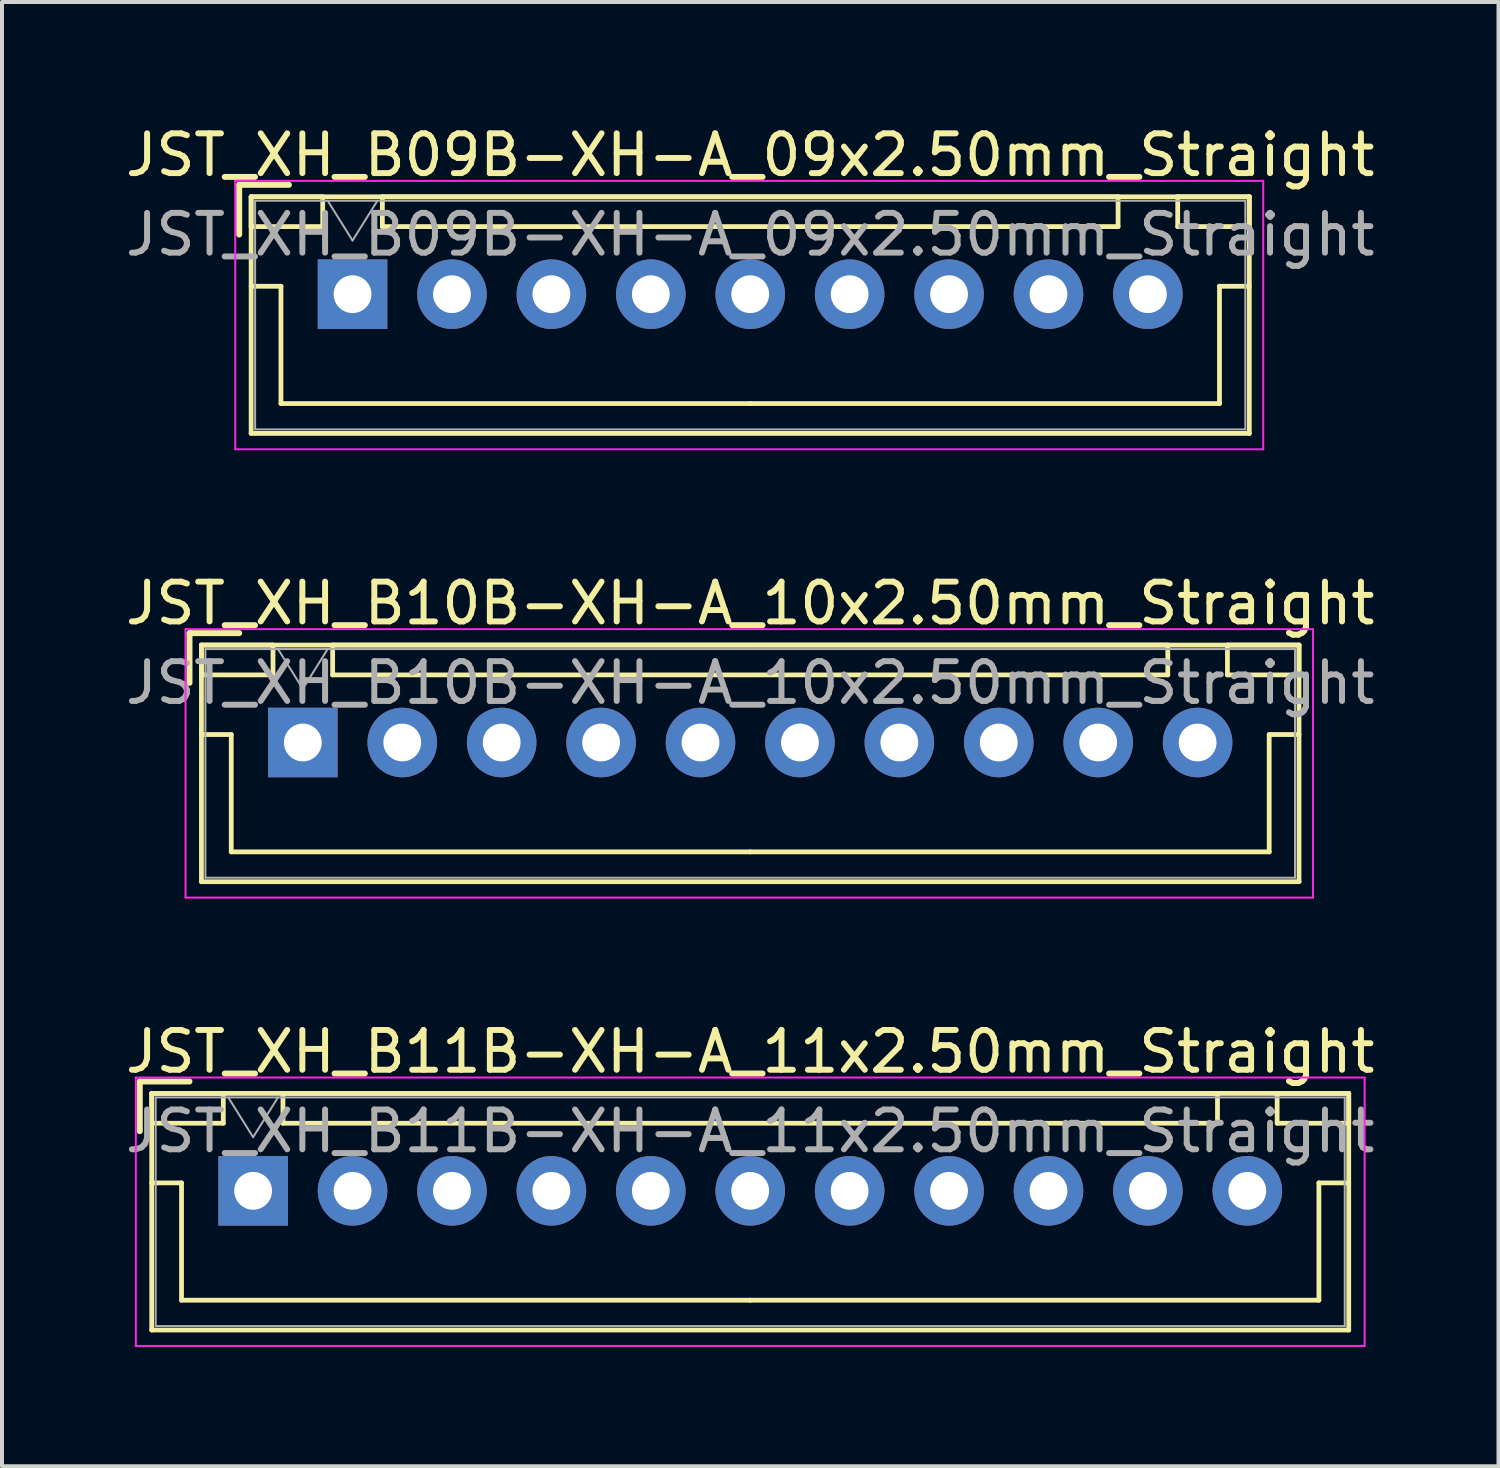
<source format=kicad_pcb>
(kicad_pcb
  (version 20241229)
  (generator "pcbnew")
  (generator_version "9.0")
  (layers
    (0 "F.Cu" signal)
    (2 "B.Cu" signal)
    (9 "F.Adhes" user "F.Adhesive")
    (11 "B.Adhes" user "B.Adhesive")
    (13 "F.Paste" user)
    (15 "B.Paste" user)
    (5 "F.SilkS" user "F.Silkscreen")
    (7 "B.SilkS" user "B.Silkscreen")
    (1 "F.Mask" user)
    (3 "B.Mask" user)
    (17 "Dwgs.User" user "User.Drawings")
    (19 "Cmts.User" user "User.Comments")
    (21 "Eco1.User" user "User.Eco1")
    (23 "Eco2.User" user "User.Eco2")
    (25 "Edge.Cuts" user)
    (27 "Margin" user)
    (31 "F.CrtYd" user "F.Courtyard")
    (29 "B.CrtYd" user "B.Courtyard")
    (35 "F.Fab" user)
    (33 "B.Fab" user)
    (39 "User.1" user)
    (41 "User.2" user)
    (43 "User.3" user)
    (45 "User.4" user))
  (footprint "JST_XH_B09B-XH-A_09x2.50mm_Straight"
    (layer "F.Cu")
    (at 5.815 4.348)
    (property "Reference" "JST_XH_B09B-XH-A_09x2.50mm_Straight" (at 10 -1.5 0) (layer "F.Fab") (effects (font (size 1 1) (thickness 0.15))))
    (attr through_hole)
    (fp_line (start -2.85 -2.75) (end -2.85 -1.5) (stroke (width 0.15) (type solid)) (layer "F.SilkS"))
    (fp_line (start -2.55 -2.45) (end -2.55 -1.7) (stroke (width 0.12) (type solid)) (layer "F.SilkS"))
    (fp_line (start -2.55 -2.45) (end -2.55 3.5) (stroke (width 0.12) (type solid)) (layer "F.SilkS"))
    (fp_line (start -2.55 -1.7) (end -0.75 -1.7) (stroke (width 0.12) (type solid)) (layer "F.SilkS"))
    (fp_line (start -2.55 -0.2) (end -1.8 -0.2) (stroke (width 0.12) (type solid)) (layer "F.SilkS"))
    (fp_line (start -2.55 3.5) (end 22.55 3.5) (stroke (width 0.12) (type solid)) (layer "F.SilkS"))
    (fp_line (start -1.8 -0.2) (end -1.8 2.75) (stroke (width 0.12) (type solid)) (layer "F.SilkS"))
    (fp_line (start -1.8 2.75) (end 10 2.75) (stroke (width 0.12) (type solid)) (layer "F.SilkS"))
    (fp_line (start -1.6 -2.75) (end -2.85 -2.75) (stroke (width 0.15) (type solid)) (layer "F.SilkS"))
    (fp_line (start -0.75 -2.45) (end -2.55 -2.45) (stroke (width 0.12) (type solid)) (layer "F.SilkS"))
    (fp_line (start -0.75 -1.7) (end -0.75 -2.45) (stroke (width 0.12) (type solid)) (layer "F.SilkS"))
    (fp_line (start 0.75 -2.45) (end 0.75 -1.7) (stroke (width 0.12) (type solid)) (layer "F.SilkS"))
    (fp_line (start 0.75 -1.7) (end 19.25 -1.7) (stroke (width 0.12) (type solid)) (layer "F.SilkS"))
    (fp_line (start 19.25 -2.45) (end 0.75 -2.45) (stroke (width 0.12) (type solid)) (layer "F.SilkS"))
    (fp_line (start 19.25 -1.7) (end 19.25 -2.45) (stroke (width 0.12) (type solid)) (layer "F.SilkS"))
    (fp_line (start 20.75 -2.45) (end 20.75 -1.7) (stroke (width 0.12) (type solid)) (layer "F.SilkS"))
    (fp_line (start 20.75 -1.7) (end 22.55 -1.7) (stroke (width 0.12) (type solid)) (layer "F.SilkS"))
    (fp_line (start 21.8 -0.2) (end 21.8 2.75) (stroke (width 0.12) (type solid)) (layer "F.SilkS"))
    (fp_line (start 21.8 2.75) (end 10 2.75) (stroke (width 0.12) (type solid)) (layer "F.SilkS"))
    (fp_line (start 22.55 -2.45) (end -2.55 -2.45) (stroke (width 0.12) (type solid)) (layer "F.SilkS"))
    (fp_line (start 22.55 -2.45) (end 20.75 -2.45) (stroke (width 0.12) (type solid)) (layer "F.SilkS"))
    (fp_line (start 22.55 -1.7) (end 22.55 -2.45) (stroke (width 0.12) (type solid)) (layer "F.SilkS"))
    (fp_line (start 22.55 -0.2) (end 21.8 -0.2) (stroke (width 0.12) (type solid)) (layer "F.SilkS"))
    (fp_line (start 22.55 3.5) (end 22.55 -2.45) (stroke (width 0.12) (type solid)) (layer "F.SilkS"))
    (fp_line (start -2.95 -2.85) (end -2.95 3.9) (stroke (width 0.05) (type solid)) (layer "F.CrtYd"))
    (fp_line (start -2.95 3.9) (end 22.9 3.9) (stroke (width 0.05) (type solid)) (layer "F.CrtYd"))
    (fp_line (start 22.9 -2.85) (end -2.95 -2.85) (stroke (width 0.05) (type solid)) (layer "F.CrtYd"))
    (fp_line (start 22.9 3.9) (end 22.9 -2.85) (stroke (width 0.05) (type solid)) (layer "F.CrtYd"))
    (fp_line (start -2.45 -2.35) (end -2.45 3.4) (stroke (width 0.05) (type solid)) (layer "F.Fab"))
    (fp_line (start -2.45 3.4) (end 22.45 3.4) (stroke (width 0.05) (type solid)) (layer "F.Fab"))
    (fp_line (start -0.625 -2.35) (end 0 -1.35) (stroke (width 0.05) (type solid)) (layer "F.Fab"))
    (fp_line (start 0 -1.35) (end 0.625 -2.35) (stroke (width 0.05) (type solid)) (layer "F.Fab"))
    (fp_line (start 22.45 -2.35) (end -2.45 -2.35) (stroke (width 0.05) (type solid)) (layer "F.Fab"))
    (fp_line (start 22.45 3.4) (end 22.45 -2.35) (stroke (width 0.05) (type solid)) (layer "F.Fab"))
    (fp_text user "${REFERENCE}" (at 10 -3.5 0) (layer "F.SilkS") (effects (font (size 1 1) (thickness 0.15))))
    (pad "1" thru_hole rect (at 0 0) (size 1.75 1.75) (drill 0.95) (layers "*.Cu" "*.Mask"))
    (pad "2" thru_hole circle (at 2.5 0) (size 1.75 1.75) (drill 0.95) (layers "*.Cu" "*.Mask"))
    (pad "3" thru_hole circle (at 5 0) (size 1.75 1.75) (drill 0.95) (layers "*.Cu" "*.Mask"))
    (pad "4" thru_hole circle (at 7.5 0) (size 1.75 1.75) (drill 0.95) (layers "*.Cu" "*.Mask"))
    (pad "5" thru_hole circle (at 10 0) (size 1.75 1.75) (drill 0.95) (layers "*.Cu" "*.Mask"))
    (pad "6" thru_hole circle (at 12.5 0) (size 1.75 1.75) (drill 0.95) (layers "*.Cu" "*.Mask"))
    (pad "7" thru_hole circle (at 15 0) (size 1.75 1.75) (drill 0.95) (layers "*.Cu" "*.Mask"))
    (pad "8" thru_hole circle (at 17.5 0) (size 1.75 1.75) (drill 0.95) (layers "*.Cu" "*.Mask"))
    (pad "9" thru_hole circle (at 20 0) (size 1.75 1.75) (drill 0.95) (layers "*.Cu" "*.Mask")))
  (footprint "JST_XH_B10B-XH-A_10x2.50mm_Straight"
    (layer "F.Cu")
    (at 4.565 15.621)
    (property "Reference" "JST_XH_B10B-XH-A_10x2.50mm_Straight" (at 11.25 -1.5 0) (layer "F.Fab") (effects (font (size 1 1) (thickness 0.15))))
    (attr through_hole)
    (fp_line (start -2.85 -2.75) (end -2.85 -1.5) (stroke (width 0.15) (type solid)) (layer "F.SilkS"))
    (fp_line (start -2.55 -2.45) (end -2.55 -1.7) (stroke (width 0.12) (type solid)) (layer "F.SilkS"))
    (fp_line (start -2.55 -2.45) (end -2.55 3.5) (stroke (width 0.12) (type solid)) (layer "F.SilkS"))
    (fp_line (start -2.55 -1.7) (end -0.75 -1.7) (stroke (width 0.12) (type solid)) (layer "F.SilkS"))
    (fp_line (start -2.55 -0.2) (end -1.8 -0.2) (stroke (width 0.12) (type solid)) (layer "F.SilkS"))
    (fp_line (start -2.55 3.5) (end 25.05 3.5) (stroke (width 0.12) (type solid)) (layer "F.SilkS"))
    (fp_line (start -1.8 -0.2) (end -1.8 2.75) (stroke (width 0.12) (type solid)) (layer "F.SilkS"))
    (fp_line (start -1.8 2.75) (end 11.25 2.75) (stroke (width 0.12) (type solid)) (layer "F.SilkS"))
    (fp_line (start -1.6 -2.75) (end -2.85 -2.75) (stroke (width 0.15) (type solid)) (layer "F.SilkS"))
    (fp_line (start -0.75 -2.45) (end -2.55 -2.45) (stroke (width 0.12) (type solid)) (layer "F.SilkS"))
    (fp_line (start -0.75 -1.7) (end -0.75 -2.45) (stroke (width 0.12) (type solid)) (layer "F.SilkS"))
    (fp_line (start 0.75 -2.45) (end 0.75 -1.7) (stroke (width 0.12) (type solid)) (layer "F.SilkS"))
    (fp_line (start 0.75 -1.7) (end 21.75 -1.7) (stroke (width 0.12) (type solid)) (layer "F.SilkS"))
    (fp_line (start 21.75 -2.45) (end 0.75 -2.45) (stroke (width 0.12) (type solid)) (layer "F.SilkS"))
    (fp_line (start 21.75 -1.7) (end 21.75 -2.45) (stroke (width 0.12) (type solid)) (layer "F.SilkS"))
    (fp_line (start 23.25 -2.45) (end 23.25 -1.7) (stroke (width 0.12) (type solid)) (layer "F.SilkS"))
    (fp_line (start 23.25 -1.7) (end 25.05 -1.7) (stroke (width 0.12) (type solid)) (layer "F.SilkS"))
    (fp_line (start 24.3 -0.2) (end 24.3 2.75) (stroke (width 0.12) (type solid)) (layer "F.SilkS"))
    (fp_line (start 24.3 2.75) (end 11.25 2.75) (stroke (width 0.12) (type solid)) (layer "F.SilkS"))
    (fp_line (start 25.05 -2.45) (end -2.55 -2.45) (stroke (width 0.12) (type solid)) (layer "F.SilkS"))
    (fp_line (start 25.05 -2.45) (end 23.25 -2.45) (stroke (width 0.12) (type solid)) (layer "F.SilkS"))
    (fp_line (start 25.05 -1.7) (end 25.05 -2.45) (stroke (width 0.12) (type solid)) (layer "F.SilkS"))
    (fp_line (start 25.05 -0.2) (end 24.3 -0.2) (stroke (width 0.12) (type solid)) (layer "F.SilkS"))
    (fp_line (start 25.05 3.5) (end 25.05 -2.45) (stroke (width 0.12) (type solid)) (layer "F.SilkS"))
    (fp_line (start -2.95 -2.85) (end -2.95 3.9) (stroke (width 0.05) (type solid)) (layer "F.CrtYd"))
    (fp_line (start -2.95 3.9) (end 25.4 3.9) (stroke (width 0.05) (type solid)) (layer "F.CrtYd"))
    (fp_line (start 25.4 -2.85) (end -2.95 -2.85) (stroke (width 0.05) (type solid)) (layer "F.CrtYd"))
    (fp_line (start 25.4 3.9) (end 25.4 -2.85) (stroke (width 0.05) (type solid)) (layer "F.CrtYd"))
    (fp_line (start -2.45 -2.35) (end -2.45 3.4) (stroke (width 0.05) (type solid)) (layer "F.Fab"))
    (fp_line (start -2.45 3.4) (end 24.95 3.4) (stroke (width 0.05) (type solid)) (layer "F.Fab"))
    (fp_line (start -0.625 -2.35) (end 0 -1.35) (stroke (width 0.05) (type solid)) (layer "F.Fab"))
    (fp_line (start 0 -1.35) (end 0.625 -2.35) (stroke (width 0.05) (type solid)) (layer "F.Fab"))
    (fp_line (start 24.95 -2.35) (end -2.45 -2.35) (stroke (width 0.05) (type solid)) (layer "F.Fab"))
    (fp_line (start 24.95 3.4) (end 24.95 -2.35) (stroke (width 0.05) (type solid)) (layer "F.Fab"))
    (fp_text user "${REFERENCE}" (at 11.25 -3.5 0) (layer "F.SilkS") (effects (font (size 1 1) (thickness 0.15))))
    (pad "1" thru_hole rect (at 0 0) (size 1.75 1.75) (drill 0.95) (layers "*.Cu" "*.Mask"))
    (pad "2" thru_hole circle (at 2.5 0) (size 1.75 1.75) (drill 0.95) (layers "*.Cu" "*.Mask"))
    (pad "3" thru_hole circle (at 5 0) (size 1.75 1.75) (drill 0.95) (layers "*.Cu" "*.Mask"))
    (pad "4" thru_hole circle (at 7.5 0) (size 1.75 1.75) (drill 0.95) (layers "*.Cu" "*.Mask"))
    (pad "5" thru_hole circle (at 10 0) (size 1.75 1.75) (drill 0.95) (layers "*.Cu" "*.Mask"))
    (pad "6" thru_hole circle (at 12.5 0) (size 1.75 1.75) (drill 0.95) (layers "*.Cu" "*.Mask"))
    (pad "7" thru_hole circle (at 15 0) (size 1.75 1.75) (drill 0.95) (layers "*.Cu" "*.Mask"))
    (pad "8" thru_hole circle (at 17.5 0) (size 1.75 1.75) (drill 0.95) (layers "*.Cu" "*.Mask"))
    (pad "9" thru_hole circle (at 20 0) (size 1.75 1.75) (drill 0.95) (layers "*.Cu" "*.Mask"))
    (pad "10" thru_hole circle (at 22.5 0) (size 1.75 1.75) (drill 0.95) (layers "*.Cu" "*.Mask")))
  (footprint "JST_XH_B11B-XH-A_11x2.50mm_Straight"
    (layer "F.Cu")
    (at 3.315 26.895)
    (property "Reference" "JST_XH_B11B-XH-A_11x2.50mm_Straight" (at 12.5 -1.5 0) (layer "F.Fab") (effects (font (size 1 1) (thickness 0.15))))
    (attr through_hole)
    (fp_line (start -2.85 -2.75) (end -2.85 -1.5) (stroke (width 0.15) (type solid)) (layer "F.SilkS"))
    (fp_line (start -2.55 -2.45) (end -2.55 -1.7) (stroke (width 0.12) (type solid)) (layer "F.SilkS"))
    (fp_line (start -2.55 -2.45) (end -2.55 3.5) (stroke (width 0.12) (type solid)) (layer "F.SilkS"))
    (fp_line (start -2.55 -1.7) (end -0.75 -1.7) (stroke (width 0.12) (type solid)) (layer "F.SilkS"))
    (fp_line (start -2.55 -0.2) (end -1.8 -0.2) (stroke (width 0.12) (type solid)) (layer "F.SilkS"))
    (fp_line (start -2.55 3.5) (end 27.55 3.5) (stroke (width 0.12) (type solid)) (layer "F.SilkS"))
    (fp_line (start -1.8 -0.2) (end -1.8 2.75) (stroke (width 0.12) (type solid)) (layer "F.SilkS"))
    (fp_line (start -1.8 2.75) (end 12.5 2.75) (stroke (width 0.12) (type solid)) (layer "F.SilkS"))
    (fp_line (start -1.6 -2.75) (end -2.85 -2.75) (stroke (width 0.15) (type solid)) (layer "F.SilkS"))
    (fp_line (start -0.75 -2.45) (end -2.55 -2.45) (stroke (width 0.12) (type solid)) (layer "F.SilkS"))
    (fp_line (start -0.75 -1.7) (end -0.75 -2.45) (stroke (width 0.12) (type solid)) (layer "F.SilkS"))
    (fp_line (start 0.75 -2.45) (end 0.75 -1.7) (stroke (width 0.12) (type solid)) (layer "F.SilkS"))
    (fp_line (start 0.75 -1.7) (end 24.25 -1.7) (stroke (width 0.12) (type solid)) (layer "F.SilkS"))
    (fp_line (start 24.25 -2.45) (end 0.75 -2.45) (stroke (width 0.12) (type solid)) (layer "F.SilkS"))
    (fp_line (start 24.25 -1.7) (end 24.25 -2.45) (stroke (width 0.12) (type solid)) (layer "F.SilkS"))
    (fp_line (start 25.75 -2.45) (end 25.75 -1.7) (stroke (width 0.12) (type solid)) (layer "F.SilkS"))
    (fp_line (start 25.75 -1.7) (end 27.55 -1.7) (stroke (width 0.12) (type solid)) (layer "F.SilkS"))
    (fp_line (start 26.8 -0.2) (end 26.8 2.75) (stroke (width 0.12) (type solid)) (layer "F.SilkS"))
    (fp_line (start 26.8 2.75) (end 12.5 2.75) (stroke (width 0.12) (type solid)) (layer "F.SilkS"))
    (fp_line (start 27.55 -2.45) (end -2.55 -2.45) (stroke (width 0.12) (type solid)) (layer "F.SilkS"))
    (fp_line (start 27.55 -2.45) (end 25.75 -2.45) (stroke (width 0.12) (type solid)) (layer "F.SilkS"))
    (fp_line (start 27.55 -1.7) (end 27.55 -2.45) (stroke (width 0.12) (type solid)) (layer "F.SilkS"))
    (fp_line (start 27.55 -0.2) (end 26.8 -0.2) (stroke (width 0.12) (type solid)) (layer "F.SilkS"))
    (fp_line (start 27.55 3.5) (end 27.55 -2.45) (stroke (width 0.12) (type solid)) (layer "F.SilkS"))
    (fp_line (start -2.95 -2.85) (end -2.95 3.9) (stroke (width 0.05) (type solid)) (layer "F.CrtYd"))
    (fp_line (start -2.95 3.9) (end 27.95 3.9) (stroke (width 0.05) (type solid)) (layer "F.CrtYd"))
    (fp_line (start 27.95 -2.85) (end -2.95 -2.85) (stroke (width 0.05) (type solid)) (layer "F.CrtYd"))
    (fp_line (start 27.95 3.9) (end 27.95 -2.85) (stroke (width 0.05) (type solid)) (layer "F.CrtYd"))
    (fp_line (start -2.45 -2.35) (end -2.45 3.4) (stroke (width 0.05) (type solid)) (layer "F.Fab"))
    (fp_line (start -2.45 3.4) (end 27.45 3.4) (stroke (width 0.05) (type solid)) (layer "F.Fab"))
    (fp_line (start -0.625 -2.35) (end 0 -1.35) (stroke (width 0.05) (type solid)) (layer "F.Fab"))
    (fp_line (start 0 -1.35) (end 0.625 -2.35) (stroke (width 0.05) (type solid)) (layer "F.Fab"))
    (fp_line (start 27.45 -2.35) (end -2.45 -2.35) (stroke (width 0.05) (type solid)) (layer "F.Fab"))
    (fp_line (start 27.45 3.4) (end 27.45 -2.35) (stroke (width 0.05) (type solid)) (layer "F.Fab"))
    (fp_text user "${REFERENCE}" (at 12.5 -3.5 0) (layer "F.SilkS") (effects (font (size 1 1) (thickness 0.15))))
    (pad "1" thru_hole rect (at 0 0) (size 1.75 1.75) (drill 0.95) (layers "*.Cu" "*.Mask"))
    (pad "2" thru_hole circle (at 2.5 0) (size 1.75 1.75) (drill 0.95) (layers "*.Cu" "*.Mask"))
    (pad "3" thru_hole circle (at 5 0) (size 1.75 1.75) (drill 0.95) (layers "*.Cu" "*.Mask"))
    (pad "4" thru_hole circle (at 7.5 0) (size 1.75 1.75) (drill 0.95) (layers "*.Cu" "*.Mask"))
    (pad "5" thru_hole circle (at 10 0) (size 1.75 1.75) (drill 0.95) (layers "*.Cu" "*.Mask"))
    (pad "6" thru_hole circle (at 12.5 0) (size 1.75 1.75) (drill 0.95) (layers "*.Cu" "*.Mask"))
    (pad "7" thru_hole circle (at 15 0) (size 1.75 1.75) (drill 0.95) (layers "*.Cu" "*.Mask"))
    (pad "8" thru_hole circle (at 17.5 0) (size 1.75 1.75) (drill 0.95) (layers "*.Cu" "*.Mask"))
    (pad "9" thru_hole circle (at 20 0) (size 1.75 1.75) (drill 0.95) (layers "*.Cu" "*.Mask"))
    (pad "10" thru_hole circle (at 22.5 0) (size 1.75 1.75) (drill 0.95) (layers "*.Cu" "*.Mask"))
    (pad "11" thru_hole circle (at 25 0) (size 1.75 1.75) (drill 0.95) (layers "*.Cu" "*.Mask")))
  (gr_rect
    (start -3 -3)
    (end 34.631 33.82)
    (stroke (width 0.1) (type default))
    (fill no)
    (layer "Edge.Cuts")))
</source>
